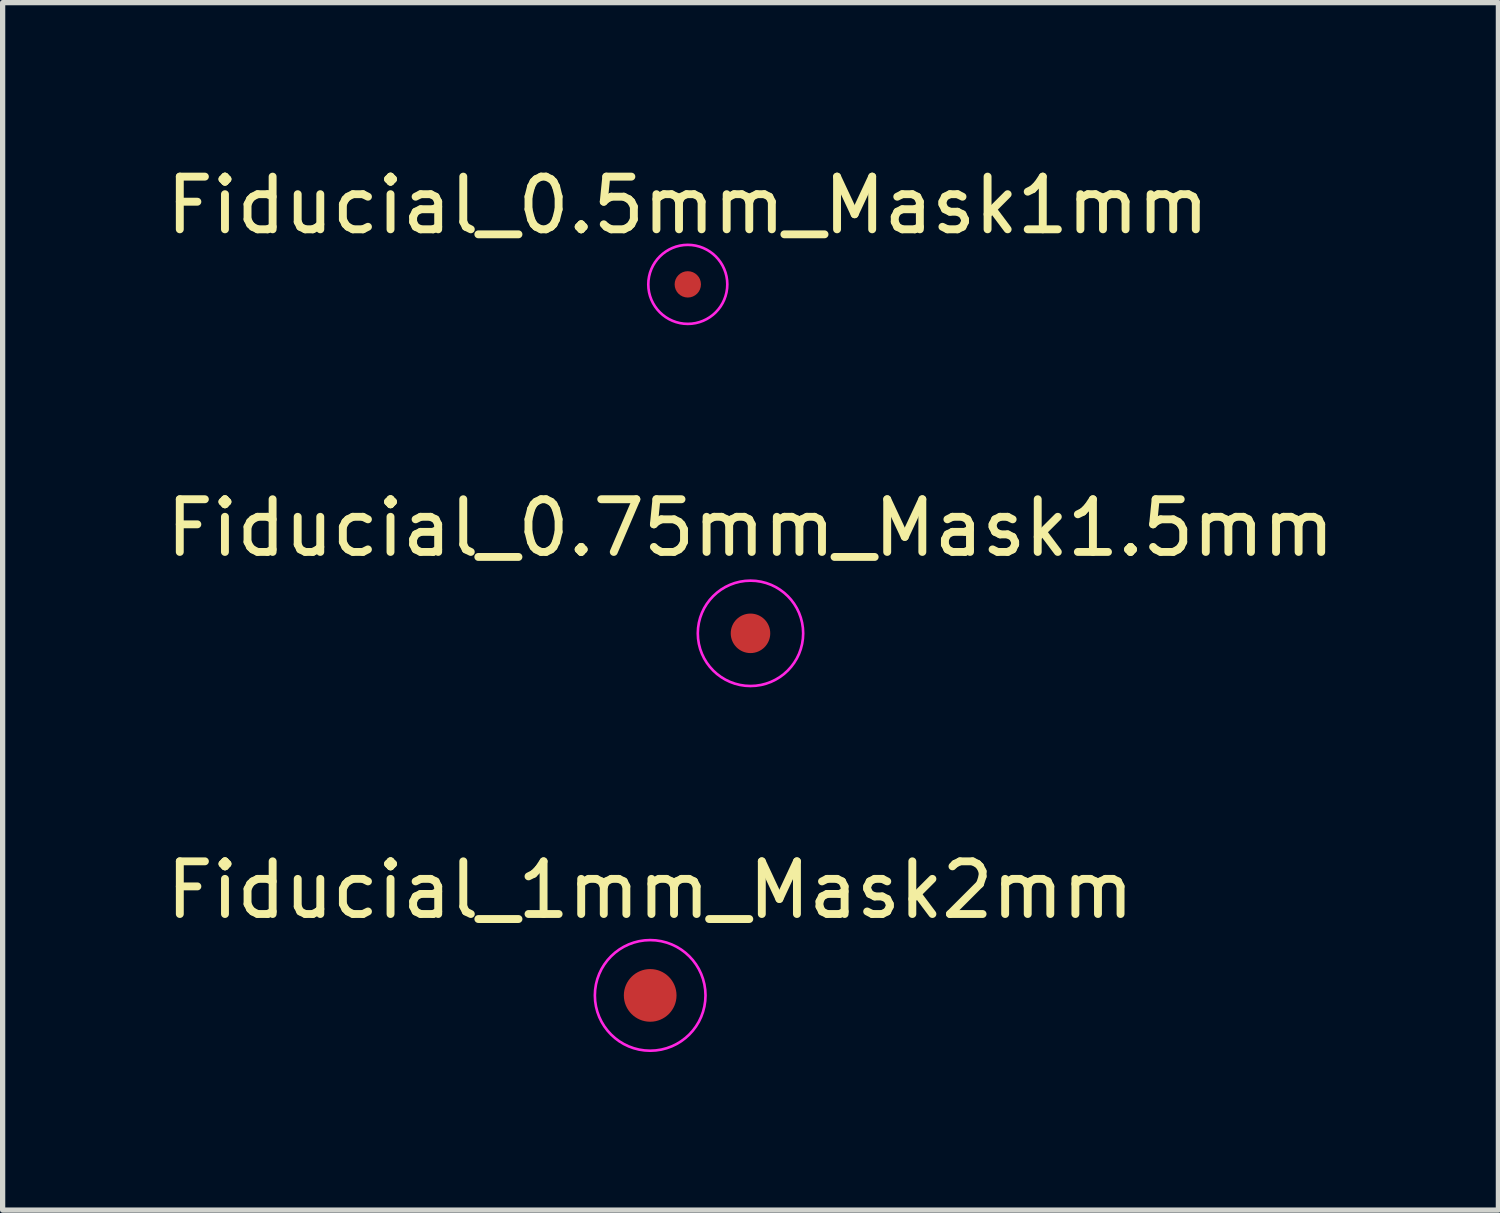
<source format=kicad_pcb>
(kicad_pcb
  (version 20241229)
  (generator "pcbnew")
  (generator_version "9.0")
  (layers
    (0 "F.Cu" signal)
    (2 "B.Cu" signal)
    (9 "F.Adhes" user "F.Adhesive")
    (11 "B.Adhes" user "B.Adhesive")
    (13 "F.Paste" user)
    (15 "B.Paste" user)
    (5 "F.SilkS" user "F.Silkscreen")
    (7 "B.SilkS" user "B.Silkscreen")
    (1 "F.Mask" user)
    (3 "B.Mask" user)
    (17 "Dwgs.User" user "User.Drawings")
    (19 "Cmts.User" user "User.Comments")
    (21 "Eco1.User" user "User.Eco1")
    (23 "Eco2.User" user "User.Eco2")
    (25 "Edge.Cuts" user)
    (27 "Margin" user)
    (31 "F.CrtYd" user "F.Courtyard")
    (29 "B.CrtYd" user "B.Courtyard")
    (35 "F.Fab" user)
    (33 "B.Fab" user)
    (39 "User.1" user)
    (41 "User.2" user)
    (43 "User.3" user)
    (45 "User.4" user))
  (footprint "Fiducial_0.75mm_Mask1.5mm"
    (layer "F.Cu")
    (at 11.196 8.972)
    (property "Reference" "Fiducial_0.75mm_Mask1.5mm" (at 0 -2 0) (layer "F.SilkS") (effects (font (size 1 1) (thickness 0.15))))
    (attr smd exclude_from_bom allow_missing_courtyard)
    (fp_circle (center 0 0) (end 1 0) (stroke (width 0.05) (type solid)) (fill no) (layer "F.CrtYd"))
    (pad "" smd circle (at 0 0) (size 0.75 0.75) (layers "F.Cu" "F.Mask")))
  (footprint "Fiducial_0.5mm_Mask1mm"
    (layer "F.Cu")
    (at 10.006 2.348)
    (property "Reference" "Fiducial_0.5mm_Mask1mm" (at 0 -1.5 0) (layer "F.SilkS") (effects (font (size 1 1) (thickness 0.15))))
    (attr smd exclude_from_bom allow_missing_courtyard)
    (fp_circle (center 0 0) (end 0.75 0) (stroke (width 0.05) (type solid)) (fill no) (layer "F.CrtYd"))
    (pad "" smd circle (at 0 0) (size 0.5 0.5) (layers "F.Cu" "F.Mask")))
  (footprint "Fiducial_1mm_Mask2mm"
    (layer "F.Cu")
    (at 9.292 15.845)
    (property "Reference" "Fiducial_1mm_Mask2mm" (at 0 -2 0) (layer "F.SilkS") (effects (font (size 1 1) (thickness 0.15))))
    (attr smd exclude_from_bom allow_missing_courtyard)
    (fp_circle (center 0 0) (end 1.05 0) (stroke (width 0.05) (type solid)) (fill no) (layer "F.CrtYd"))
    (pad "" smd circle (at 0 0) (size 1 1) (layers "F.Cu" "F.Mask")))
  (gr_rect
    (start -3 -3)
    (end 25.393 19.92)
    (stroke (width 0.1) (type default))
    (fill no)
    (layer "Edge.Cuts")))
</source>
